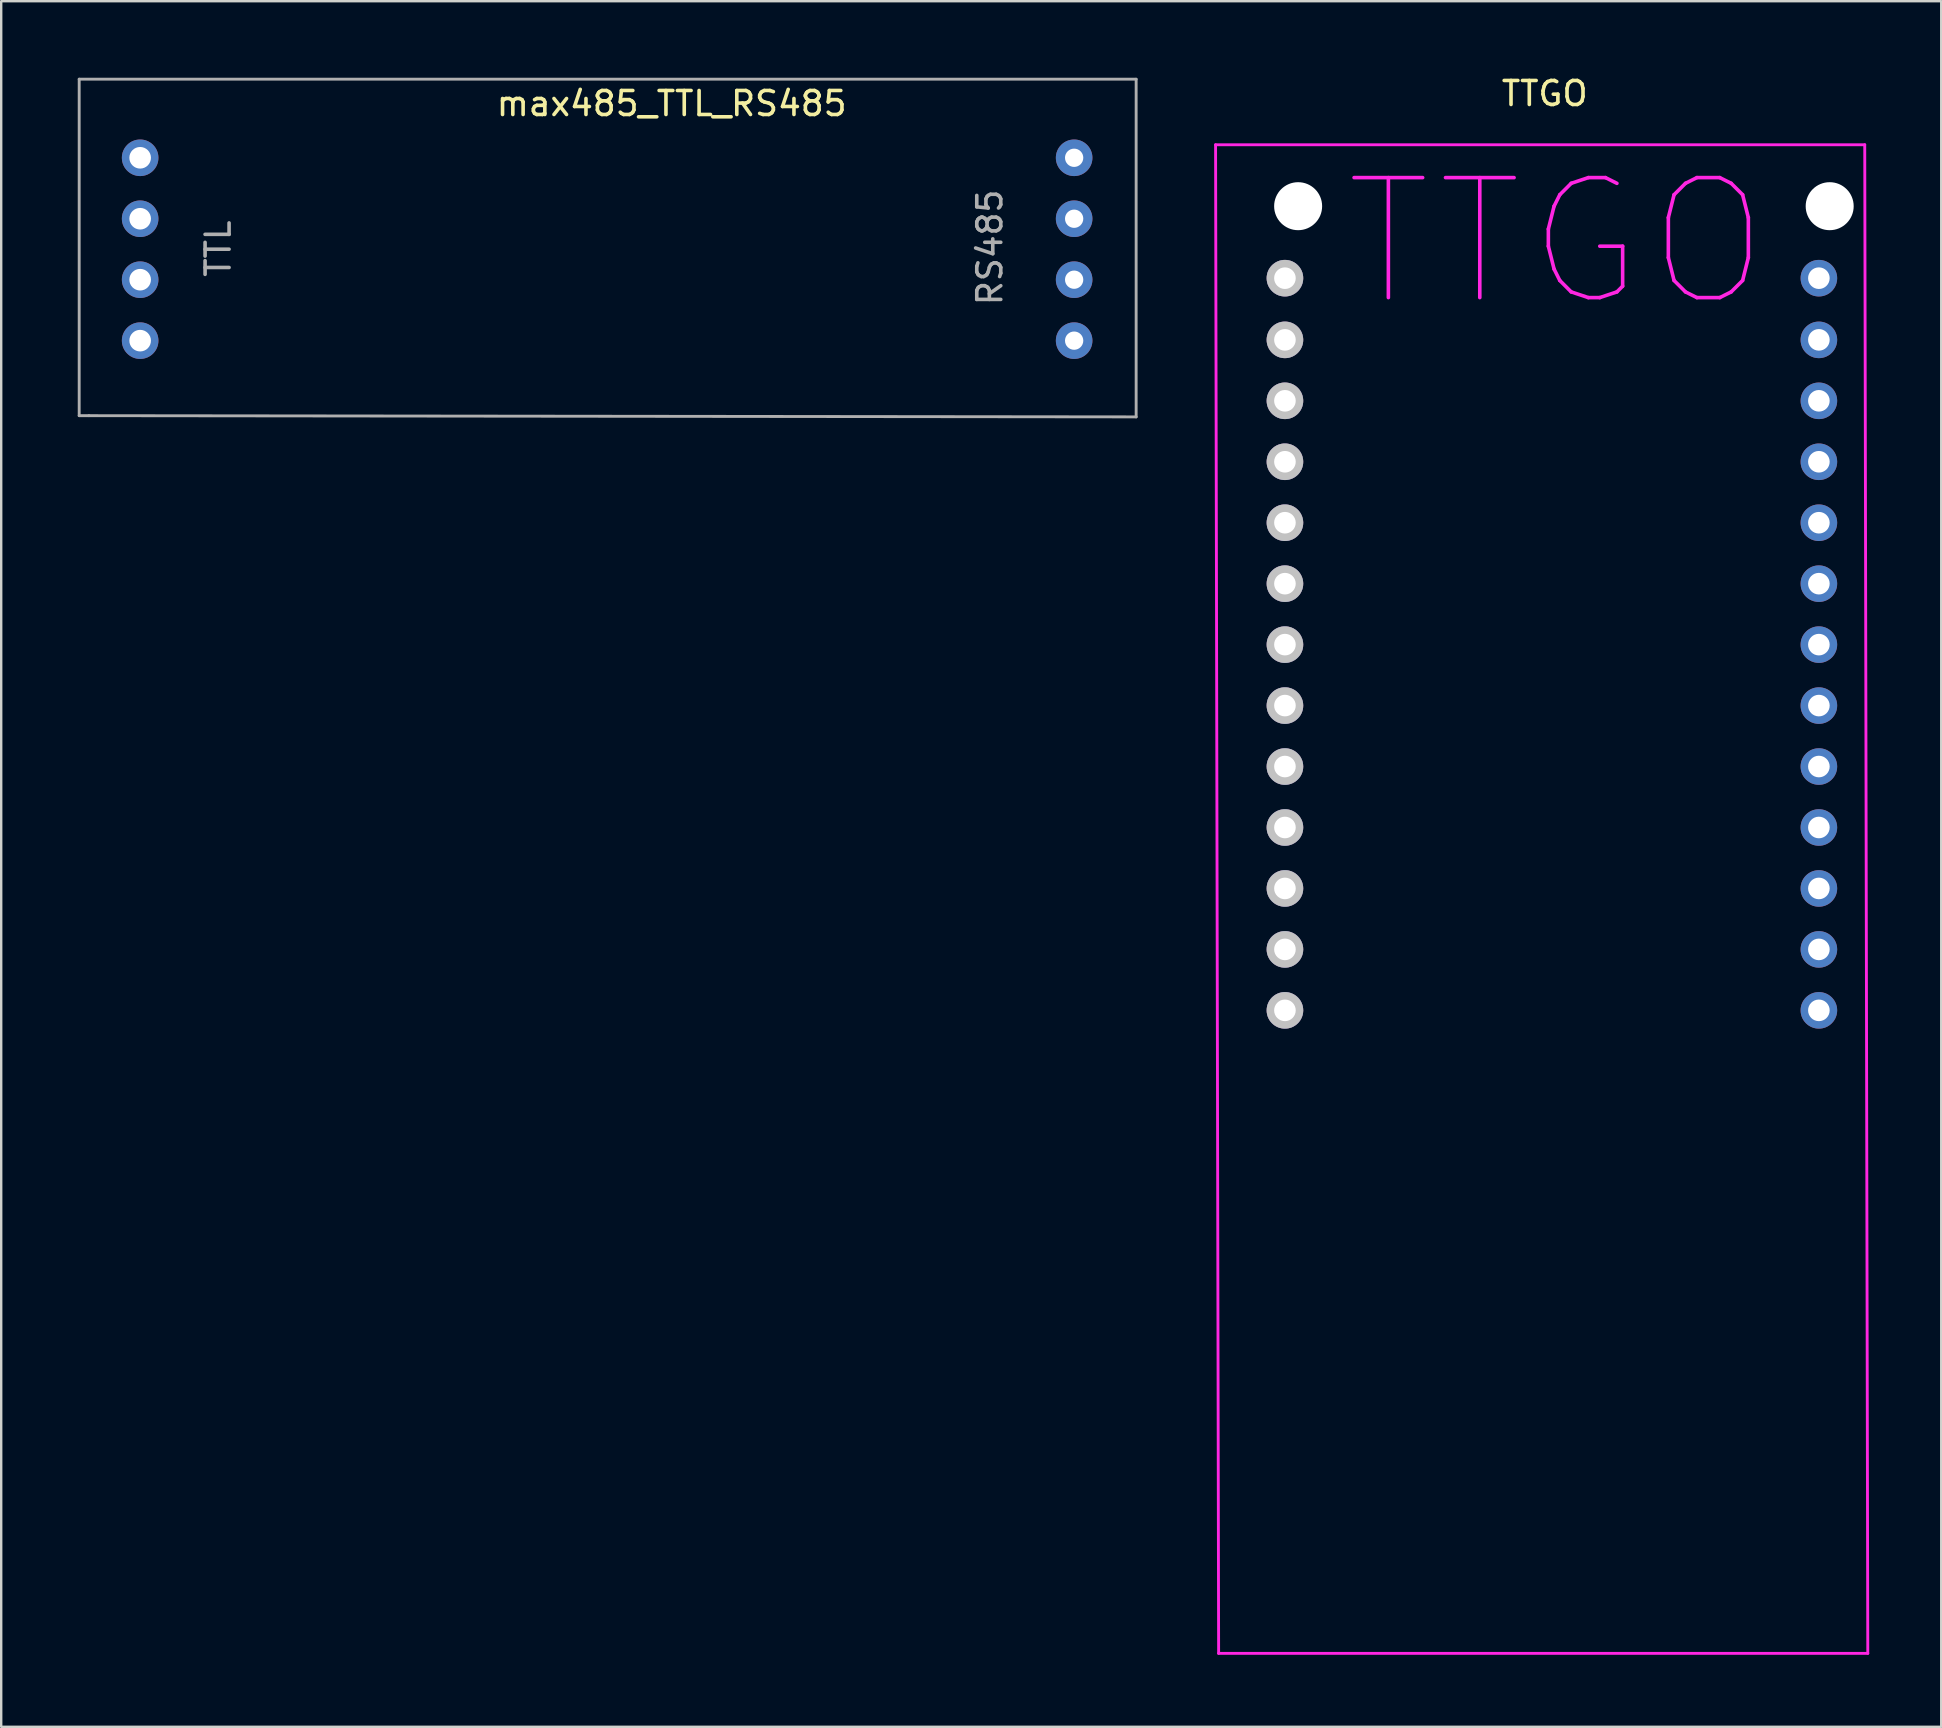
<source format=kicad_pcb>
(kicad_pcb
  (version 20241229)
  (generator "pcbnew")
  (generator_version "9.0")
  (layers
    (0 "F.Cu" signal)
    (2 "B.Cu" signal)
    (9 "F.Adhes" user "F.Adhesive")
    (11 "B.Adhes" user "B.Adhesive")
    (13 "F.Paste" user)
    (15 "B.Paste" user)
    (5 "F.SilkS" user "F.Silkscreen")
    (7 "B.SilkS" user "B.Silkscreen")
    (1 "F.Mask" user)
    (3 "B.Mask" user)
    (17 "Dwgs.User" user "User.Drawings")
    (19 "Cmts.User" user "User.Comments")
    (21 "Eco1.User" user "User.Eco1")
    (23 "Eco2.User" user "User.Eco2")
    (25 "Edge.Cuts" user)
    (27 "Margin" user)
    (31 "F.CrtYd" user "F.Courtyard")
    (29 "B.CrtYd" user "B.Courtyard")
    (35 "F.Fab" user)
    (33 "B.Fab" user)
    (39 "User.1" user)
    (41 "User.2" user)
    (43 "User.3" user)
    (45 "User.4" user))
  (footprint "TTGO"
    (layer "F.Cu")
    (at 47.604 2.982)
    (property "Reference" "TTGO" (at 13.716 -2.134 0) (layer "F.SilkS") (effects (font (size 1 1) (thickness 0.15))))
    (attr through_hole)
    (fp_line (start 0 0) (end 27.051 0) (stroke (width 0.12) (type solid)) (layer "F.CrtYd"))
    (fp_line (start 0.127 62.865) (end 0 0) (stroke (width 0.12) (type solid)) (layer "F.CrtYd"))
    (fp_line (start 27.051 0) (end 27.178 62.865) (stroke (width 0.12) (type solid)) (layer "F.CrtYd"))
    (fp_line (start 27.178 62.865) (end 0.127 62.865) (stroke (width 0.12) (type solid)) (layer "F.CrtYd"))
    (fp_text user "TTGO" (at 14.224 4.064 0) (layer "F.CrtYd") (effects (font (size 5 5) (thickness 0.15))))
    (pad "" np_thru_hole circle (at 3.44 2.56) (size 2 2) (drill 2) (layers "*.Cu" "*.Mask"))
    (pad "" np_thru_hole circle (at 25.59 2.56) (size 2 2) (drill 2) (layers "*.Cu" "*.Mask"))
    (pad "0" thru_hole circle (at 2.89 30.99) (size 1.524 1.524) (drill 0.9) (layers "*.Cu" "*.Mask" "Dwgs.User"))
    (pad "2" thru_hole circle (at 2.89 28.45) (size 1.524 1.524) (drill 0.9) (layers "*.Cu" "*.Mask" "Dwgs.User"))
    (pad "3.3V" thru_hole circle (at 25.14 30.99) (size 1.524 1.524) (drill 0.9) (layers "*.Cu" "*.Mask"))
    (pad "4" thru_hole circle (at 2.89 33.53) (size 1.524 1.524) (drill 0.9) (layers "*.Cu" "*.Mask" "Dwgs.User"))
    (pad "5V" thru_hole circle (at 25.14 36.07) (size 1.524 1.524) (drill 0.9) (layers "*.Cu" "*.Mask"))
    (pad "12" thru_hole circle (at 2.89 20.83) (size 1.524 1.524) (drill 0.9) (layers "*.Cu" "*.Mask" "Dwgs.User"))
    (pad "13" thru_hole circle (at 2.89 23.37) (size 1.524 1.524) (drill 0.9) (layers "*.Cu" "*.Mask" "Dwgs.User"))
    (pad "14" thru_hole circle (at 2.89 18.29) (size 1.524 1.524) (drill 0.9) (layers "*.Cu" "*.Mask" "Dwgs.User"))
    (pad "15" thru_hole circle (at 2.89 25.91) (size 1.524 1.524) (drill 0.9) (layers "*.Cu" "*.Mask" "Dwgs.User"))
    (pad "19" thru_hole circle (at 25.14 18.29) (size 1.524 1.524) (drill 0.9) (layers "*.Cu" "*.Mask"))
    (pad "21" thru_hole circle (at 25.14 5.56) (size 1.524 1.524) (drill 0.9) (layers "*.Cu" "*.Mask"))
    (pad "22" thru_hole circle (at 25.14 13.21) (size 1.524 1.524) (drill 0.9) (layers "*.Cu" "*.Mask"))
    (pad "23" thru_hole circle (at 25.14 15.75) (size 1.524 1.524) (drill 0.9) (layers "*.Cu" "*.Mask"))
    (pad "25" thru_hole circle (at 2.89 36.07) (size 1.524 1.524) (drill 0.9) (layers "*.Cu" "*.Mask" "Dwgs.User"))
    (pad "26" thru_hole circle (at 25.14 25.91) (size 1.524 1.524) (drill 0.9) (layers "*.Cu" "*.Mask"))
    (pad "34" thru_hole circle (at 2.89 13.21) (size 1.524 1.524) (drill 0.9) (layers "*.Cu" "*.Mask" "Dwgs.User"))
    (pad "35" thru_hole circle (at 2.89 15.75) (size 1.524 1.524) (drill 0.9) (layers "*.Cu" "*.Mask" "Dwgs.User"))
    (pad "36" thru_hole circle (at 2.89 5.56) (size 1.524 1.524) (drill 0.9) (layers "*.Cu" "*.Mask" "Dwgs.User"))
    (pad "39" thru_hole circle (at 2.89 8.13) (size 1.524 1.524) (drill 0.9) (layers "*.Cu" "*.Mask" "Dwgs.User"))
    (pad "GND" thru_hole circle (at 25.14 28.45) (size 1.524 1.524) (drill 0.9) (layers "*.Cu" "*.Mask"))
    (pad "GND" thru_hole circle (at 25.14 33.53) (size 1.524 1.524) (drill 0.9) (layers "*.Cu" "*.Mask"))
    (pad "LoRa1" thru_hole circle (at 25.14 23.37) (size 1.524 1.524) (drill 0.9) (layers "*.Cu" "*.Mask"))
    (pad "LoRa2" thru_hole circle (at 25.14 20.83) (size 1.524 1.524) (drill 0.9) (layers "*.Cu" "*.Mask"))
    (pad "RST" thru_hole circle (at 2.89 10.67) (size 1.524 1.524) (drill 0.9) (layers "*.Cu" "*.Mask" "Dwgs.User"))
    (pad "RX0" thru_hole circle (at 25.14 10.67) (size 1.524 1.524) (drill 0.9) (layers "*.Cu" "*.Mask"))
    (pad "TX0" thru_hole circle (at 25.14 8.13) (size 1.524 1.524) (drill 0.9) (layers "*.Cu" "*.Mask")))
  (footprint "max485_TTL_RS485"
    (layer "F.Cu")
    (at 0.25 0.25)
    (property "Reference" "max485_TTL_RS485" (at 24.689 1.016 0) (layer "F.SilkS") (effects (font (size 1 1) (thickness 0.15))))
    (attr through_hole)
    (fp_line (start 0 0) (end 0 14.021) (stroke (width 0.12) (type solid)) (layer "F.Fab"))
    (fp_line (start 0 0) (end 44.044 0) (stroke (width 0.12) (type solid)) (layer "F.Fab"))
    (fp_line (start 0 14.021) (end 0.406 14.021) (stroke (width 0.12) (type solid)) (layer "F.Fab"))
    (fp_line (start 44.044 0) (end 44.044 14.072) (stroke (width 0.12) (type solid)) (layer "F.Fab"))
    (fp_line (start 44.044 14.072) (end 0.406 14.021) (stroke (width 0.12) (type solid)) (layer "F.Fab"))
    (fp_text user "TTL" (at 5.791 7.061 90) (layer "F.Fab") (effects (font (size 1 1) (thickness 0.15))))
    (fp_text user "RS485" (at 37.948 7.01 90) (layer "F.Fab") (effects (font (size 1 1) (thickness 0.15))))
    (pad "1" thru_hole circle (at 2.54 3.275) (size 1.524 1.524) (drill 0.9) (layers "*.Cu" "*.Mask"))
    (pad "2" thru_hole circle (at 2.54 5.815) (size 1.524 1.524) (drill 0.9) (layers "*.Cu" "*.Mask"))
    (pad "3" thru_hole circle (at 2.54 8.355) (size 1.524 1.524) (drill 0.9) (layers "*.Cu" "*.Mask"))
    (pad "4" thru_hole circle (at 2.54 10.895) (size 1.524 1.524) (drill 0.9) (layers "*.Cu" "*.Mask"))
    (pad "5" thru_hole circle (at 41.46 10.895) (size 1.524 1.524) (drill 0.762) (layers "*.Cu" "*.Mask"))
    (pad "6" thru_hole circle (at 41.46 8.355) (size 1.524 1.524) (drill 0.762) (layers "*.Cu" "*.Mask"))
    (pad "7" thru_hole circle (at 41.46 5.815) (size 1.524 1.524) (drill 0.762) (layers "*.Cu" "*.Mask"))
    (pad "8" thru_hole circle (at 41.46 3.275) (size 1.524 1.524) (drill 0.762) (layers "*.Cu" "*.Mask")))
  (gr_rect
    (start -3 -3)
    (end 77.842 68.907)
    (stroke (width 0.1) (type default))
    (fill no)
    (layer "Edge.Cuts")))
</source>
